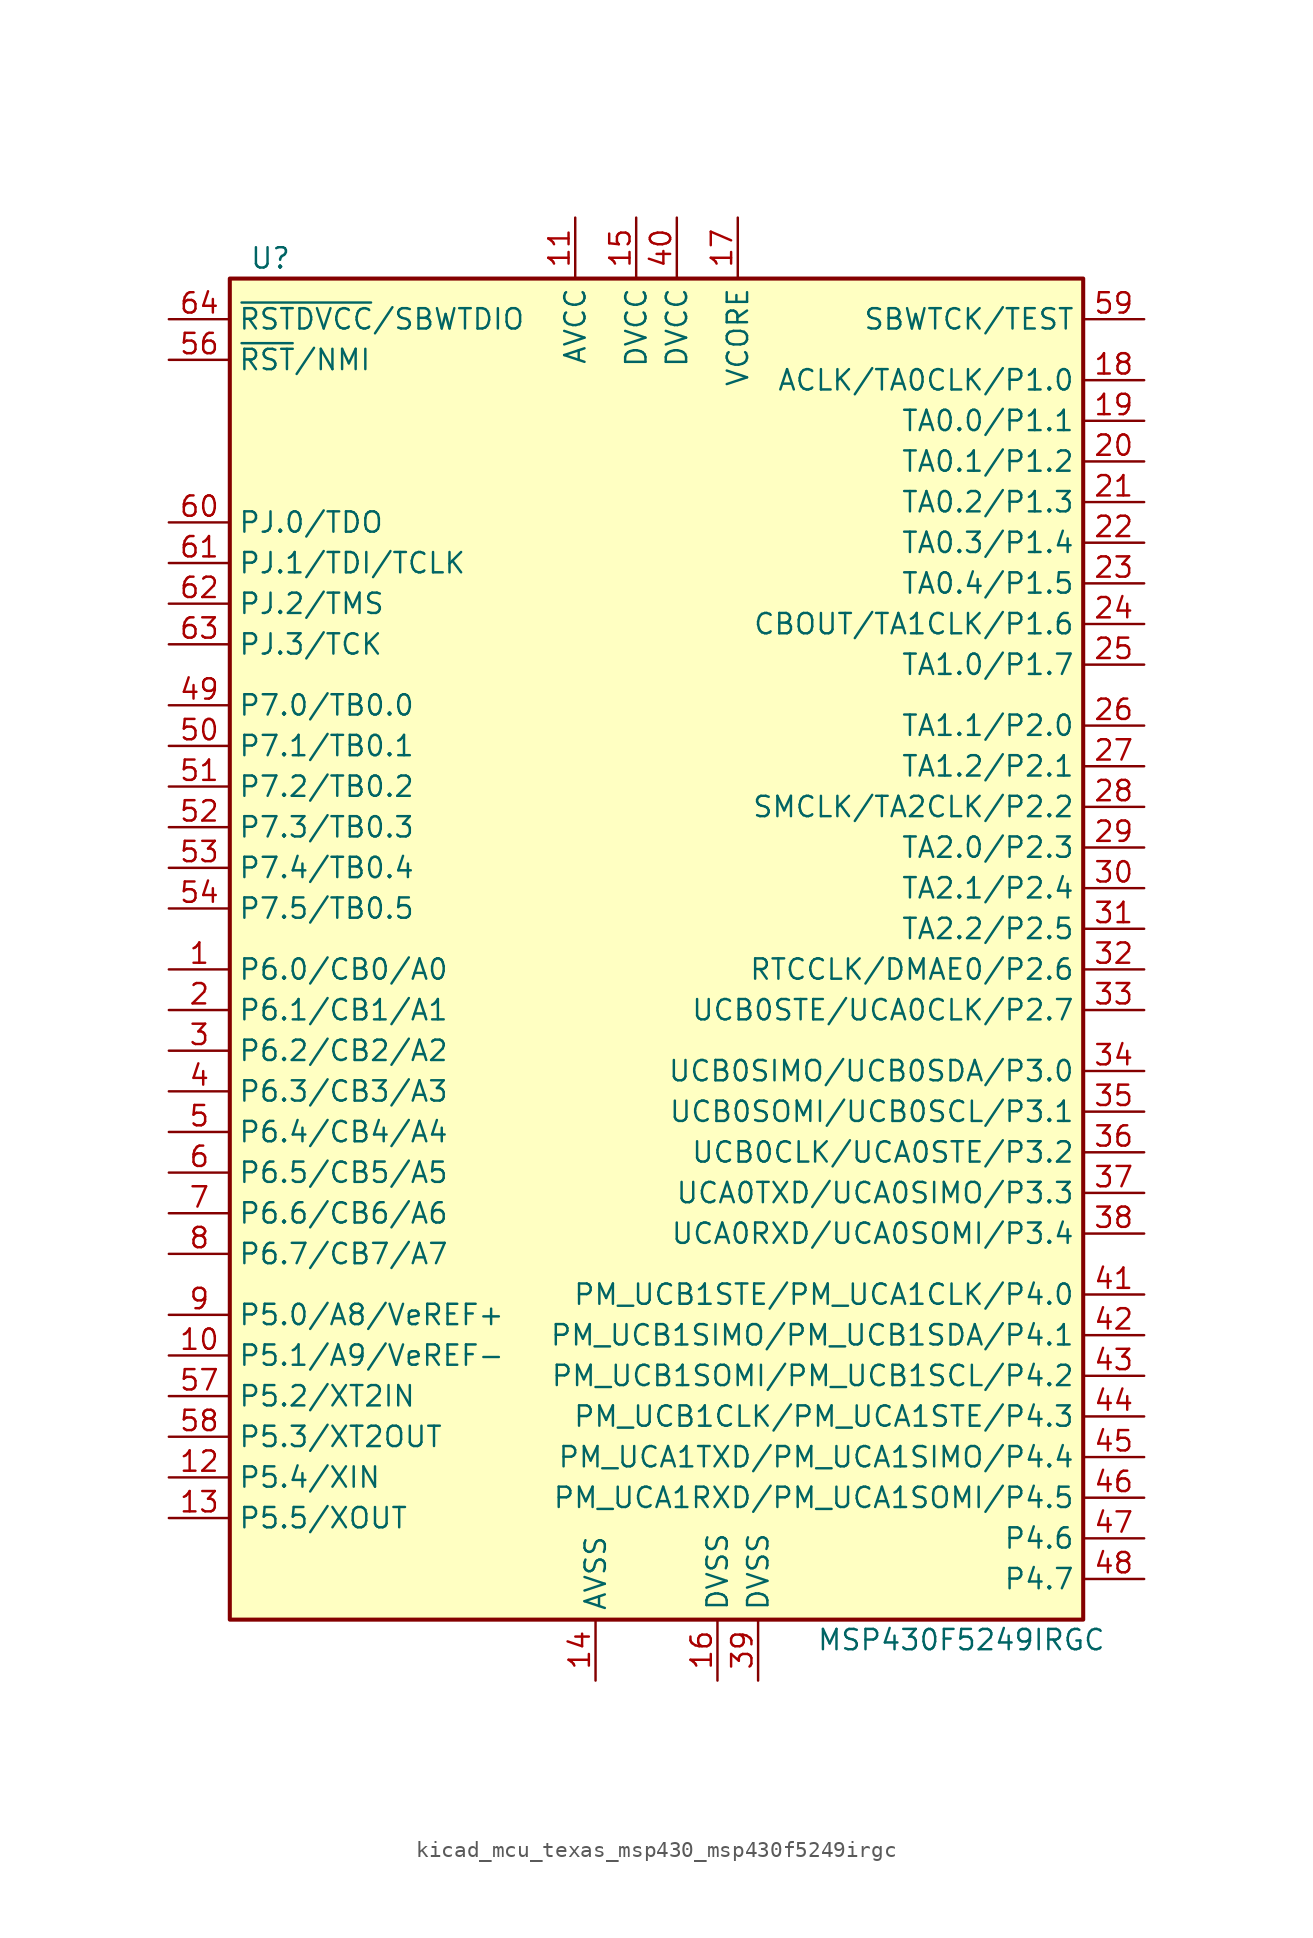
<source format=kicad_sym>
(kicad_symbol_lib
  (version 20220914)
  (generator kicad_symbol_editor)
  (symbol "kicad_mcu_texas_msp430_msp430f5249irgc"
    (property "Reference" "U"
      (at -24.13 43.18 0)
      (effects (font (size 1.27 1.27))))
    (property "Value" "MSP430F5249IRGC"
      (at 19.05 -43.18 0)
      (effects (font (size 1.27 1.27))))
    (symbol "kicad_mcu_texas_msp430_msp430f5249irgc_0_1"
      (rectangle (start -26.67 41.91) (end 26.67 -41.91) (stroke (width 0.254) (type default)) (fill (type background))))
    (symbol "kicad_mcu_texas_msp430_msp430f5249irgc_1_1"
      (pin bidirectional line (at -30.48 -1.27 0) (length 3.81) (name "P6.0/CB0/A0" (effects (font (size 1.27 1.27)))) (number "1" (effects (font (size 1.27 1.27)))))
      (pin bidirectional line (at -30.48 -25.4 0) (length 3.81) (name "P5.1/A9/VeREF-" (effects (font (size 1.27 1.27)))) (number "10" (effects (font (size 1.27 1.27)))))
      (pin power_in line (at -5.08 45.72 270) (length 3.81) (name "AVCC" (effects (font (size 1.27 1.27)))) (number "11" (effects (font (size 1.27 1.27)))))
      (pin bidirectional line (at -30.48 -33.02 0) (length 3.81) (name "P5.4/XIN" (effects (font (size 1.27 1.27)))) (number "12" (effects (font (size 1.27 1.27)))))
      (pin bidirectional line (at -30.48 -35.56 0) (length 3.81) (name "P5.5/XOUT" (effects (font (size 1.27 1.27)))) (number "13" (effects (font (size 1.27 1.27)))))
      (pin power_in line (at -3.81 -45.72 90) (length 3.81) (name "AVSS" (effects (font (size 1.27 1.27)))) (number "14" (effects (font (size 1.27 1.27)))))
      (pin power_in line (at -1.27 45.72 270) (length 3.81) (name "DVCC" (effects (font (size 1.27 1.27)))) (number "15" (effects (font (size 1.27 1.27)))))
      (pin power_in line (at 3.81 -45.72 90) (length 3.81) (name "DVSS" (effects (font (size 1.27 1.27)))) (number "16" (effects (font (size 1.27 1.27)))))
      (pin power_in line (at 5.08 45.72 270) (length 3.81) (name "VCORE" (effects (font (size 1.27 1.27)))) (number "17" (effects (font (size 1.27 1.27)))))
      (pin bidirectional line (at 30.48 35.56 180) (length 3.81) (name "ACLK/TA0CLK/P1.0" (effects (font (size 1.27 1.27)))) (number "18" (effects (font (size 1.27 1.27)))))
      (pin bidirectional line (at 30.48 33.02 180) (length 3.81) (name "TA0.0/P1.1" (effects (font (size 1.27 1.27)))) (number "19" (effects (font (size 1.27 1.27)))))
      (pin bidirectional line (at -30.48 -3.81 0) (length 3.81) (name "P6.1/CB1/A1" (effects (font (size 1.27 1.27)))) (number "2" (effects (font (size 1.27 1.27)))))
      (pin bidirectional line (at 30.48 30.48 180) (length 3.81) (name "TA0.1/P1.2" (effects (font (size 1.27 1.27)))) (number "20" (effects (font (size 1.27 1.27)))))
      (pin bidirectional line (at 30.48 27.94 180) (length 3.81) (name "TA0.2/P1.3" (effects (font (size 1.27 1.27)))) (number "21" (effects (font (size 1.27 1.27)))))
      (pin bidirectional line (at 30.48 25.4 180) (length 3.81) (name "TA0.3/P1.4" (effects (font (size 1.27 1.27)))) (number "22" (effects (font (size 1.27 1.27)))))
      (pin bidirectional line (at 30.48 22.86 180) (length 3.81) (name "TA0.4/P1.5" (effects (font (size 1.27 1.27)))) (number "23" (effects (font (size 1.27 1.27)))))
      (pin bidirectional line (at 30.48 20.32 180) (length 3.81) (name "CBOUT/TA1CLK/P1.6" (effects (font (size 1.27 1.27)))) (number "24" (effects (font (size 1.27 1.27)))))
      (pin bidirectional line (at 30.48 17.78 180) (length 3.81) (name "TA1.0/P1.7" (effects (font (size 1.27 1.27)))) (number "25" (effects (font (size 1.27 1.27)))))
      (pin bidirectional line (at 30.48 13.97 180) (length 3.81) (name "TA1.1/P2.0" (effects (font (size 1.27 1.27)))) (number "26" (effects (font (size 1.27 1.27)))))
      (pin bidirectional line (at 30.48 11.43 180) (length 3.81) (name "TA1.2/P2.1" (effects (font (size 1.27 1.27)))) (number "27" (effects (font (size 1.27 1.27)))))
      (pin bidirectional line (at 30.48 8.89 180) (length 3.81) (name "SMCLK/TA2CLK/P2.2" (effects (font (size 1.27 1.27)))) (number "28" (effects (font (size 1.27 1.27)))))
      (pin bidirectional line (at 30.48 6.35 180) (length 3.81) (name "TA2.0/P2.3" (effects (font (size 1.27 1.27)))) (number "29" (effects (font (size 1.27 1.27)))))
      (pin bidirectional line (at -30.48 -6.35 0) (length 3.81) (name "P6.2/CB2/A2" (effects (font (size 1.27 1.27)))) (number "3" (effects (font (size 1.27 1.27)))))
      (pin bidirectional line (at 30.48 3.81 180) (length 3.81) (name "TA2.1/P2.4" (effects (font (size 1.27 1.27)))) (number "30" (effects (font (size 1.27 1.27)))))
      (pin bidirectional line (at 30.48 1.27 180) (length 3.81) (name "TA2.2/P2.5" (effects (font (size 1.27 1.27)))) (number "31" (effects (font (size 1.27 1.27)))))
      (pin bidirectional line (at 30.48 -1.27 180) (length 3.81) (name "RTCCLK/DMAE0/P2.6" (effects (font (size 1.27 1.27)))) (number "32" (effects (font (size 1.27 1.27)))))
      (pin bidirectional line (at 30.48 -3.81 180) (length 3.81) (name "UCB0STE/UCA0CLK/P2.7" (effects (font (size 1.27 1.27)))) (number "33" (effects (font (size 1.27 1.27)))))
      (pin bidirectional line (at 30.48 -7.62 180) (length 3.81) (name "UCB0SIMO/UCB0SDA/P3.0" (effects (font (size 1.27 1.27)))) (number "34" (effects (font (size 1.27 1.27)))))
      (pin bidirectional line (at 30.48 -10.16 180) (length 3.81) (name "UCB0SOMI/UCB0SCL/P3.1" (effects (font (size 1.27 1.27)))) (number "35" (effects (font (size 1.27 1.27)))))
      (pin bidirectional line (at 30.48 -12.7 180) (length 3.81) (name "UCB0CLK/UCA0STE/P3.2" (effects (font (size 1.27 1.27)))) (number "36" (effects (font (size 1.27 1.27)))))
      (pin bidirectional line (at 30.48 -15.24 180) (length 3.81) (name "UCA0TXD/UCA0SIMO/P3.3" (effects (font (size 1.27 1.27)))) (number "37" (effects (font (size 1.27 1.27)))))
      (pin bidirectional line (at 30.48 -17.78 180) (length 3.81) (name "UCA0RXD/UCA0SOMI/P3.4" (effects (font (size 1.27 1.27)))) (number "38" (effects (font (size 1.27 1.27)))))
      (pin power_in line (at 6.35 -45.72 90) (length 3.81) (name "DVSS" (effects (font (size 1.27 1.27)))) (number "39" (effects (font (size 1.27 1.27)))))
      (pin bidirectional line (at -30.48 -8.89 0) (length 3.81) (name "P6.3/CB3/A3" (effects (font (size 1.27 1.27)))) (number "4" (effects (font (size 1.27 1.27)))))
      (pin power_in line (at 1.27 45.72 270) (length 3.81) (name "DVCC" (effects (font (size 1.27 1.27)))) (number "40" (effects (font (size 1.27 1.27)))))
      (pin bidirectional line (at 30.48 -21.59 180) (length 3.81) (name "PM_UCB1STE/PM_UCA1CLK/P4.0" (effects (font (size 1.27 1.27)))) (number "41" (effects (font (size 1.27 1.27)))))
      (pin bidirectional line (at 30.48 -24.13 180) (length 3.81) (name "PM_UCB1SIMO/PM_UCB1SDA/P4.1" (effects (font (size 1.27 1.27)))) (number "42" (effects (font (size 1.27 1.27)))))
      (pin bidirectional line (at 30.48 -26.67 180) (length 3.81) (name "PM_UCB1SOMI/PM_UCB1SCL/P4.2" (effects (font (size 1.27 1.27)))) (number "43" (effects (font (size 1.27 1.27)))))
      (pin bidirectional line (at 30.48 -29.21 180) (length 3.81) (name "PM_UCB1CLK/PM_UCA1STE/P4.3" (effects (font (size 1.27 1.27)))) (number "44" (effects (font (size 1.27 1.27)))))
      (pin bidirectional line (at 30.48 -31.75 180) (length 3.81) (name "PM_UCA1TXD/PM_UCA1SIMO/P4.4" (effects (font (size 1.27 1.27)))) (number "45" (effects (font (size 1.27 1.27)))))
      (pin bidirectional line (at 30.48 -34.29 180) (length 3.81) (name "PM_UCA1RXD/PM_UCA1SOMI/P4.5" (effects (font (size 1.27 1.27)))) (number "46" (effects (font (size 1.27 1.27)))))
      (pin bidirectional line (at 30.48 -36.83 180) (length 3.81) (name "P4.6" (effects (font (size 1.27 1.27)))) (number "47" (effects (font (size 1.27 1.27)))))
      (pin bidirectional line (at 30.48 -39.37 180) (length 3.81) (name "P4.7" (effects (font (size 1.27 1.27)))) (number "48" (effects (font (size 1.27 1.27)))))
      (pin bidirectional line (at -30.48 15.24 0) (length 3.81) (name "P7.0/TB0.0" (effects (font (size 1.27 1.27)))) (number "49" (effects (font (size 1.27 1.27)))))
      (pin bidirectional line (at -30.48 -11.43 0) (length 3.81) (name "P6.4/CB4/A4" (effects (font (size 1.27 1.27)))) (number "5" (effects (font (size 1.27 1.27)))))
      (pin bidirectional line (at -30.48 12.7 0) (length 3.81) (name "P7.1/TB0.1" (effects (font (size 1.27 1.27)))) (number "50" (effects (font (size 1.27 1.27)))))
      (pin bidirectional line (at -30.48 10.16 0) (length 3.81) (name "P7.2/TB0.2" (effects (font (size 1.27 1.27)))) (number "51" (effects (font (size 1.27 1.27)))))
      (pin bidirectional line (at -30.48 7.62 0) (length 3.81) (name "P7.3/TB0.3" (effects (font (size 1.27 1.27)))) (number "52" (effects (font (size 1.27 1.27)))))
      (pin bidirectional line (at -30.48 5.08 0) (length 3.81) (name "P7.4/TB0.4" (effects (font (size 1.27 1.27)))) (number "53" (effects (font (size 1.27 1.27)))))
      (pin bidirectional line (at -30.48 2.54 0) (length 3.81) (name "P7.5/TB0.5" (effects (font (size 1.27 1.27)))) (number "54" (effects (font (size 1.27 1.27)))))
      (pin input line (at -30.48 36.83 0) (length 3.81) (name "~{RST}/NMI" (effects (font (size 1.27 1.27)))) (number "56" (effects (font (size 1.27 1.27)))))
      (pin bidirectional line (at -30.48 -27.94 0) (length 3.81) (name "P5.2/XT2IN" (effects (font (size 1.27 1.27)))) (number "57" (effects (font (size 1.27 1.27)))))
      (pin bidirectional line (at -30.48 -30.48 0) (length 3.81) (name "P5.3/XT2OUT" (effects (font (size 1.27 1.27)))) (number "58" (effects (font (size 1.27 1.27)))))
      (pin input line (at 30.48 39.37 180) (length 3.81) (name "SBWTCK/TEST" (effects (font (size 1.27 1.27)))) (number "59" (effects (font (size 1.27 1.27)))))
      (pin bidirectional line (at -30.48 -13.97 0) (length 3.81) (name "P6.5/CB5/A5" (effects (font (size 1.27 1.27)))) (number "6" (effects (font (size 1.27 1.27)))))
      (pin bidirectional line (at -30.48 26.67 0) (length 3.81) (name "PJ.0/TDO" (effects (font (size 1.27 1.27)))) (number "60" (effects (font (size 1.27 1.27)))))
      (pin bidirectional line (at -30.48 24.13 0) (length 3.81) (name "PJ.1/TDI/TCLK" (effects (font (size 1.27 1.27)))) (number "61" (effects (font (size 1.27 1.27)))))
      (pin bidirectional line (at -30.48 21.59 0) (length 3.81) (name "PJ.2/TMS" (effects (font (size 1.27 1.27)))) (number "62" (effects (font (size 1.27 1.27)))))
      (pin bidirectional line (at -30.48 19.05 0) (length 3.81) (name "PJ.3/TCK" (effects (font (size 1.27 1.27)))) (number "63" (effects (font (size 1.27 1.27)))))
      (pin bidirectional line (at -30.48 39.37 0) (length 3.81) (name "~{RSTDVCC}/SBWTDIO" (effects (font (size 1.27 1.27)))) (number "64" (effects (font (size 1.27 1.27)))))
      (pin bidirectional line (at -30.48 -16.51 0) (length 3.81) (name "P6.6/CB6/A6" (effects (font (size 1.27 1.27)))) (number "7" (effects (font (size 1.27 1.27)))))
      (pin bidirectional line (at -30.48 -19.05 0) (length 3.81) (name "P6.7/CB7/A7" (effects (font (size 1.27 1.27)))) (number "8" (effects (font (size 1.27 1.27)))))
      (pin bidirectional line (at -30.48 -22.86 0) (length 3.81) (name "P5.0/A8/VeREF+" (effects (font (size 1.27 1.27)))) (number "9" (effects (font (size 1.27 1.27))))))))
</source>
